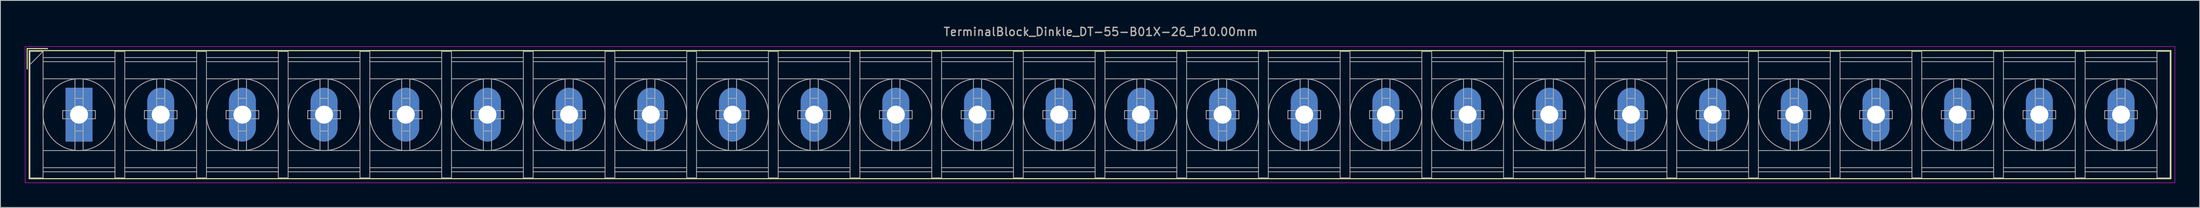
<source format=kicad_pcb>
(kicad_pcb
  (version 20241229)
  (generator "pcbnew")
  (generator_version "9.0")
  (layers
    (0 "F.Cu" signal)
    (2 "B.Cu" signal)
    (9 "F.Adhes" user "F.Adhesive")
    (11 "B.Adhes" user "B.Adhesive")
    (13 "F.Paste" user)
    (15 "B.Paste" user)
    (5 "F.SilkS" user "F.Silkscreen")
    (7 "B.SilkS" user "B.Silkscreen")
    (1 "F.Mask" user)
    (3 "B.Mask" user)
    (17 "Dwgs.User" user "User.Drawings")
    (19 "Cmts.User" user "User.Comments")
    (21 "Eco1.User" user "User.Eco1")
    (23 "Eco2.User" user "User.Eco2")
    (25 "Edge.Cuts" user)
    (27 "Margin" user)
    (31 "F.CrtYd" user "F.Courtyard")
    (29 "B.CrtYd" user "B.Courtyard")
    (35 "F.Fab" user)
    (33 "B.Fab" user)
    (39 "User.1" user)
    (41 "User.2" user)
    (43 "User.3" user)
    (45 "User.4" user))
  (footprint "TerminalBlock_Dinkle_DT-55-B01X-26_P10.00mm"
    (layer "F.Cu")
    (at 6.625 11.008)
    (property "Reference" "TerminalBlock_Dinkle_DT-55-B01X-26_P10.00mm" (at 125.08 -10.16 0) (layer "F.SilkS") (effects (font (size 1 1) (thickness 0.15))))
    (attr through_hole)
    (fp_line (start -6.35 -8.1) (end -3.85 -8.1) (stroke (width 0.12) (type solid)) (layer "F.SilkS"))
    (fp_line (start -6.35 -5.6) (end -6.35 -8.1) (stroke (width 0.12) (type solid)) (layer "F.SilkS"))
    (fp_line (start -6.1 -7.85) (end 256.1 -7.85) (stroke (width 0.12) (type solid)) (layer "F.SilkS"))
    (fp_line (start -6.1 7.85) (end -6.1 -7.85) (stroke (width 0.12) (type solid)) (layer "F.SilkS"))
    (fp_line (start -6.1 7.85) (end 256.1 7.85) (stroke (width 0.12) (type solid)) (layer "F.SilkS"))
    (fp_line (start 256.1 -7.85) (end 256.1 7.85) (stroke (width 0.12) (type solid)) (layer "F.SilkS"))
    (fp_line (start -6.6 -8.35) (end 256.6 -8.35) (stroke (width 0.05) (type solid)) (layer "F.CrtYd"))
    (fp_line (start -6.6 8.35) (end -6.6 -8.35) (stroke (width 0.05) (type solid)) (layer "F.CrtYd"))
    (fp_line (start -6.6 8.35) (end 256.6 8.35) (stroke (width 0.05) (type solid)) (layer "F.CrtYd"))
    (fp_line (start 256.6 -8.35) (end 256.6 8.35) (stroke (width 0.05) (type solid)) (layer "F.CrtYd"))
    (fp_line (start -6 -7.75) (end -6 7.75) (stroke (width 0.1) (type solid)) (layer "F.Fab"))
    (fp_line (start -6 -7.75) (end -4.4 -7.75) (stroke (width 0.1) (type solid)) (layer "F.Fab"))
    (fp_line (start -6 7.75) (end -4.4 7.75) (stroke (width 0.1) (type solid)) (layer "F.Fab"))
    (fp_line (start -4.4 -7.75) (end -6 -6.15) (stroke (width 0.1) (type solid)) (layer "F.Fab"))
    (fp_line (start -4.4 -7.75) (end -4.4 7.75) (stroke (width 0.1) (type solid)) (layer "F.Fab"))
    (fp_line (start -4.4 -7) (end 4.4 -7) (stroke (width 0.1) (type solid)) (layer "F.Fab"))
    (fp_line (start -4.4 -6.5) (end 4.4 -6.5) (stroke (width 0.1) (type solid)) (layer "F.Fab"))
    (fp_line (start -4.4 -4.4) (end 4.4 -4.4) (stroke (width 0.1) (type solid)) (layer "F.Fab"))
    (fp_line (start -4.4 4.4) (end 4.4 4.4) (stroke (width 0.1) (type solid)) (layer "F.Fab"))
    (fp_line (start -4.4 6.5) (end 4.4 6.5) (stroke (width 0.1) (type solid)) (layer "F.Fab"))
    (fp_line (start -4.4 7) (end 4.4 7) (stroke (width 0.1) (type solid)) (layer "F.Fab"))
    (fp_line (start -2 -0.5) (end -2 0.5) (stroke (width 0.1) (type solid)) (layer "F.Fab"))
    (fp_line (start -2 0.5) (end -0.5 0.5) (stroke (width 0.1) (type solid)) (layer "F.Fab"))
    (fp_line (start -0.5 -4.35) (end -0.5 -0.5) (stroke (width 0.1) (type solid)) (layer "F.Fab"))
    (fp_line (start -0.5 -2) (end 0.5 -2) (stroke (width 0.1) (type solid)) (layer "F.Fab"))
    (fp_line (start -0.5 -0.5) (end -2 -0.5) (stroke (width 0.1) (type solid)) (layer "F.Fab"))
    (fp_line (start -0.5 0.5) (end -0.5 4.35) (stroke (width 0.1) (type solid)) (layer "F.Fab"))
    (fp_line (start -0.5 2) (end 0.5 2) (stroke (width 0.1) (type solid)) (layer "F.Fab"))
    (fp_line (start 0.5 -4.35) (end 0.5 -0.5) (stroke (width 0.1) (type solid)) (layer "F.Fab"))
    (fp_line (start 0.5 -0.5) (end 2 -0.5) (stroke (width 0.1) (type solid)) (layer "F.Fab"))
    (fp_line (start 0.5 0.5) (end 0.5 4.35) (stroke (width 0.1) (type solid)) (layer "F.Fab"))
    (fp_line (start 2 -0.5) (end 2 0.5) (stroke (width 0.1) (type solid)) (layer "F.Fab"))
    (fp_line (start 2 0.5) (end 0.5 0.5) (stroke (width 0.1) (type solid)) (layer "F.Fab"))
    (fp_line (start 4.4 -7.75) (end 4.4 7.75) (stroke (width 0.1) (type solid)) (layer "F.Fab"))
    (fp_line (start 4.4 -7.75) (end 5.6 -7.75) (stroke (width 0.1) (type solid)) (layer "F.Fab"))
    (fp_line (start 4.4 7.75) (end 5.6 7.75) (stroke (width 0.1) (type solid)) (layer "F.Fab"))
    (fp_line (start 5.6 -7.75) (end 5.6 7.75) (stroke (width 0.1) (type solid)) (layer "F.Fab"))
    (fp_line (start 5.6 -7) (end 14.4 -7) (stroke (width 0.1) (type solid)) (layer "F.Fab"))
    (fp_line (start 5.6 -6.5) (end 14.4 -6.5) (stroke (width 0.1) (type solid)) (layer "F.Fab"))
    (fp_line (start 5.6 -4.4) (end 14.4 -4.4) (stroke (width 0.1) (type solid)) (layer "F.Fab"))
    (fp_line (start 5.6 4.4) (end 14.4 4.4) (stroke (width 0.1) (type solid)) (layer "F.Fab"))
    (fp_line (start 5.6 6.5) (end 14.4 6.5) (stroke (width 0.1) (type solid)) (layer "F.Fab"))
    (fp_line (start 5.6 7) (end 14.4 7) (stroke (width 0.1) (type solid)) (layer "F.Fab"))
    (fp_line (start 8 -0.5) (end 8 0.5) (stroke (width 0.1) (type solid)) (layer "F.Fab"))
    (fp_line (start 8 0.5) (end 9.5 0.5) (stroke (width 0.1) (type solid)) (layer "F.Fab"))
    (fp_line (start 9.5 -4.35) (end 9.5 -0.5) (stroke (width 0.1) (type solid)) (layer "F.Fab"))
    (fp_line (start 9.5 -2) (end 10.5 -2) (stroke (width 0.1) (type solid)) (layer "F.Fab"))
    (fp_line (start 9.5 -0.5) (end 8 -0.5) (stroke (width 0.1) (type solid)) (layer "F.Fab"))
    (fp_line (start 9.5 0.5) (end 9.5 4.35) (stroke (width 0.1) (type solid)) (layer "F.Fab"))
    (fp_line (start 9.5 2) (end 10.5 2) (stroke (width 0.1) (type solid)) (layer "F.Fab"))
    (fp_line (start 10.5 -4.35) (end 10.5 -0.5) (stroke (width 0.1) (type solid)) (layer "F.Fab"))
    (fp_line (start 10.5 -0.5) (end 12 -0.5) (stroke (width 0.1) (type solid)) (layer "F.Fab"))
    (fp_line (start 10.5 0.5) (end 10.5 4.35) (stroke (width 0.1) (type solid)) (layer "F.Fab"))
    (fp_line (start 12 -0.5) (end 12 0.5) (stroke (width 0.1) (type solid)) (layer "F.Fab"))
    (fp_line (start 12 0.5) (end 10.5 0.5) (stroke (width 0.1) (type solid)) (layer "F.Fab"))
    (fp_line (start 14.4 -7.75) (end 14.4 7.75) (stroke (width 0.1) (type solid)) (layer "F.Fab"))
    (fp_line (start 14.4 -7.75) (end 15.6 -7.75) (stroke (width 0.1) (type solid)) (layer "F.Fab"))
    (fp_line (start 14.4 7.75) (end 15.6 7.75) (stroke (width 0.1) (type solid)) (layer "F.Fab"))
    (fp_line (start 15.6 -7.75) (end 15.6 7.75) (stroke (width 0.1) (type solid)) (layer "F.Fab"))
    (fp_line (start 15.6 -7) (end 24.4 -7) (stroke (width 0.1) (type solid)) (layer "F.Fab"))
    (fp_line (start 15.6 -6.5) (end 24.4 -6.5) (stroke (width 0.1) (type solid)) (layer "F.Fab"))
    (fp_line (start 15.6 -4.4) (end 24.4 -4.4) (stroke (width 0.1) (type solid)) (layer "F.Fab"))
    (fp_line (start 15.6 4.4) (end 24.4 4.4) (stroke (width 0.1) (type solid)) (layer "F.Fab"))
    (fp_line (start 15.6 6.5) (end 24.4 6.5) (stroke (width 0.1) (type solid)) (layer "F.Fab"))
    (fp_line (start 15.6 7) (end 24.4 7) (stroke (width 0.1) (type solid)) (layer "F.Fab"))
    (fp_line (start 18 -0.5) (end 18 0.5) (stroke (width 0.1) (type solid)) (layer "F.Fab"))
    (fp_line (start 18 0.5) (end 19.5 0.5) (stroke (width 0.1) (type solid)) (layer "F.Fab"))
    (fp_line (start 19.5 -4.35) (end 19.5 -0.5) (stroke (width 0.1) (type solid)) (layer "F.Fab"))
    (fp_line (start 19.5 -2) (end 20.5 -2) (stroke (width 0.1) (type solid)) (layer "F.Fab"))
    (fp_line (start 19.5 -0.5) (end 18 -0.5) (stroke (width 0.1) (type solid)) (layer "F.Fab"))
    (fp_line (start 19.5 0.5) (end 19.5 4.35) (stroke (width 0.1) (type solid)) (layer "F.Fab"))
    (fp_line (start 19.5 2) (end 20.5 2) (stroke (width 0.1) (type solid)) (layer "F.Fab"))
    (fp_line (start 20.5 -4.35) (end 20.5 -0.5) (stroke (width 0.1) (type solid)) (layer "F.Fab"))
    (fp_line (start 20.5 -0.5) (end 22 -0.5) (stroke (width 0.1) (type solid)) (layer "F.Fab"))
    (fp_line (start 20.5 0.5) (end 20.5 4.35) (stroke (width 0.1) (type solid)) (layer "F.Fab"))
    (fp_line (start 22 -0.5) (end 22 0.5) (stroke (width 0.1) (type solid)) (layer "F.Fab"))
    (fp_line (start 22 0.5) (end 20.5 0.5) (stroke (width 0.1) (type solid)) (layer "F.Fab"))
    (fp_line (start 24.4 -7.75) (end 24.4 7.75) (stroke (width 0.1) (type solid)) (layer "F.Fab"))
    (fp_line (start 24.4 -7.75) (end 25.6 -7.75) (stroke (width 0.1) (type solid)) (layer "F.Fab"))
    (fp_line (start 24.4 7.75) (end 25.6 7.75) (stroke (width 0.1) (type solid)) (layer "F.Fab"))
    (fp_line (start 25.6 -7.75) (end 25.6 7.75) (stroke (width 0.1) (type solid)) (layer "F.Fab"))
    (fp_line (start 25.6 -7) (end 34.4 -7) (stroke (width 0.1) (type solid)) (layer "F.Fab"))
    (fp_line (start 25.6 -6.5) (end 34.4 -6.5) (stroke (width 0.1) (type solid)) (layer "F.Fab"))
    (fp_line (start 25.6 -4.4) (end 34.4 -4.4) (stroke (width 0.1) (type solid)) (layer "F.Fab"))
    (fp_line (start 25.6 4.4) (end 34.4 4.4) (stroke (width 0.1) (type solid)) (layer "F.Fab"))
    (fp_line (start 25.6 6.5) (end 34.4 6.5) (stroke (width 0.1) (type solid)) (layer "F.Fab"))
    (fp_line (start 25.6 7) (end 34.4 7) (stroke (width 0.1) (type solid)) (layer "F.Fab"))
    (fp_line (start 28 -0.5) (end 28 0.5) (stroke (width 0.1) (type solid)) (layer "F.Fab"))
    (fp_line (start 28 0.5) (end 29.5 0.5) (stroke (width 0.1) (type solid)) (layer "F.Fab"))
    (fp_line (start 29.5 -4.35) (end 29.5 -0.5) (stroke (width 0.1) (type solid)) (layer "F.Fab"))
    (fp_line (start 29.5 -2) (end 30.5 -2) (stroke (width 0.1) (type solid)) (layer "F.Fab"))
    (fp_line (start 29.5 -0.5) (end 28 -0.5) (stroke (width 0.1) (type solid)) (layer "F.Fab"))
    (fp_line (start 29.5 0.5) (end 29.5 4.35) (stroke (width 0.1) (type solid)) (layer "F.Fab"))
    (fp_line (start 29.5 2) (end 30.5 2) (stroke (width 0.1) (type solid)) (layer "F.Fab"))
    (fp_line (start 30.5 -4.35) (end 30.5 -0.5) (stroke (width 0.1) (type solid)) (layer "F.Fab"))
    (fp_line (start 30.5 -0.5) (end 32 -0.5) (stroke (width 0.1) (type solid)) (layer "F.Fab"))
    (fp_line (start 30.5 0.5) (end 30.5 4.35) (stroke (width 0.1) (type solid)) (layer "F.Fab"))
    (fp_line (start 32 -0.5) (end 32 0.5) (stroke (width 0.1) (type solid)) (layer "F.Fab"))
    (fp_line (start 32 0.5) (end 30.5 0.5) (stroke (width 0.1) (type solid)) (layer "F.Fab"))
    (fp_line (start 34.4 -7.75) (end 34.4 7.75) (stroke (width 0.1) (type solid)) (layer "F.Fab"))
    (fp_line (start 34.4 -7.75) (end 35.6 -7.75) (stroke (width 0.1) (type solid)) (layer "F.Fab"))
    (fp_line (start 34.4 7.75) (end 35.6 7.75) (stroke (width 0.1) (type solid)) (layer "F.Fab"))
    (fp_line (start 35.6 -7.75) (end 35.6 7.75) (stroke (width 0.1) (type solid)) (layer "F.Fab"))
    (fp_line (start 35.6 -7) (end 44.4 -7) (stroke (width 0.1) (type solid)) (layer "F.Fab"))
    (fp_line (start 35.6 -6.5) (end 44.4 -6.5) (stroke (width 0.1) (type solid)) (layer "F.Fab"))
    (fp_line (start 35.6 -4.4) (end 44.4 -4.4) (stroke (width 0.1) (type solid)) (layer "F.Fab"))
    (fp_line (start 35.6 4.4) (end 44.4 4.4) (stroke (width 0.1) (type solid)) (layer "F.Fab"))
    (fp_line (start 35.6 6.5) (end 44.4 6.5) (stroke (width 0.1) (type solid)) (layer "F.Fab"))
    (fp_line (start 35.6 7) (end 44.4 7) (stroke (width 0.1) (type solid)) (layer "F.Fab"))
    (fp_line (start 38 -0.5) (end 38 0.5) (stroke (width 0.1) (type solid)) (layer "F.Fab"))
    (fp_line (start 38 0.5) (end 39.5 0.5) (stroke (width 0.1) (type solid)) (layer "F.Fab"))
    (fp_line (start 39.5 -4.35) (end 39.5 -0.5) (stroke (width 0.1) (type solid)) (layer "F.Fab"))
    (fp_line (start 39.5 -2) (end 40.5 -2) (stroke (width 0.1) (type solid)) (layer "F.Fab"))
    (fp_line (start 39.5 -0.5) (end 38 -0.5) (stroke (width 0.1) (type solid)) (layer "F.Fab"))
    (fp_line (start 39.5 0.5) (end 39.5 4.35) (stroke (width 0.1) (type solid)) (layer "F.Fab"))
    (fp_line (start 39.5 2) (end 40.5 2) (stroke (width 0.1) (type solid)) (layer "F.Fab"))
    (fp_line (start 40.5 -4.35) (end 40.5 -0.5) (stroke (width 0.1) (type solid)) (layer "F.Fab"))
    (fp_line (start 40.5 -0.5) (end 42 -0.5) (stroke (width 0.1) (type solid)) (layer "F.Fab"))
    (fp_line (start 40.5 0.5) (end 40.5 4.35) (stroke (width 0.1) (type solid)) (layer "F.Fab"))
    (fp_line (start 42 -0.5) (end 42 0.5) (stroke (width 0.1) (type solid)) (layer "F.Fab"))
    (fp_line (start 42 0.5) (end 40.5 0.5) (stroke (width 0.1) (type solid)) (layer "F.Fab"))
    (fp_line (start 44.4 -7.75) (end 44.4 7.75) (stroke (width 0.1) (type solid)) (layer "F.Fab"))
    (fp_line (start 44.4 -7.75) (end 45.6 -7.75) (stroke (width 0.1) (type solid)) (layer "F.Fab"))
    (fp_line (start 44.4 7.75) (end 45.6 7.75) (stroke (width 0.1) (type solid)) (layer "F.Fab"))
    (fp_line (start 45.6 -7.75) (end 45.6 7.75) (stroke (width 0.1) (type solid)) (layer "F.Fab"))
    (fp_line (start 45.6 -7) (end 54.4 -7) (stroke (width 0.1) (type solid)) (layer "F.Fab"))
    (fp_line (start 45.6 -6.5) (end 54.4 -6.5) (stroke (width 0.1) (type solid)) (layer "F.Fab"))
    (fp_line (start 45.6 -4.4) (end 54.4 -4.4) (stroke (width 0.1) (type solid)) (layer "F.Fab"))
    (fp_line (start 45.6 4.4) (end 54.4 4.4) (stroke (width 0.1) (type solid)) (layer "F.Fab"))
    (fp_line (start 45.6 6.5) (end 54.4 6.5) (stroke (width 0.1) (type solid)) (layer "F.Fab"))
    (fp_line (start 45.6 7) (end 54.4 7) (stroke (width 0.1) (type solid)) (layer "F.Fab"))
    (fp_line (start 48 -0.5) (end 48 0.5) (stroke (width 0.1) (type solid)) (layer "F.Fab"))
    (fp_line (start 48 0.5) (end 49.5 0.5) (stroke (width 0.1) (type solid)) (layer "F.Fab"))
    (fp_line (start 49.5 -4.35) (end 49.5 -0.5) (stroke (width 0.1) (type solid)) (layer "F.Fab"))
    (fp_line (start 49.5 -2) (end 50.5 -2) (stroke (width 0.1) (type solid)) (layer "F.Fab"))
    (fp_line (start 49.5 -0.5) (end 48 -0.5) (stroke (width 0.1) (type solid)) (layer "F.Fab"))
    (fp_line (start 49.5 0.5) (end 49.5 4.35) (stroke (width 0.1) (type solid)) (layer "F.Fab"))
    (fp_line (start 49.5 2) (end 50.5 2) (stroke (width 0.1) (type solid)) (layer "F.Fab"))
    (fp_line (start 50.5 -4.35) (end 50.5 -0.5) (stroke (width 0.1) (type solid)) (layer "F.Fab"))
    (fp_line (start 50.5 -0.5) (end 52 -0.5) (stroke (width 0.1) (type solid)) (layer "F.Fab"))
    (fp_line (start 50.5 0.5) (end 50.5 4.35) (stroke (width 0.1) (type solid)) (layer "F.Fab"))
    (fp_line (start 52 -0.5) (end 52 0.5) (stroke (width 0.1) (type solid)) (layer "F.Fab"))
    (fp_line (start 52 0.5) (end 50.5 0.5) (stroke (width 0.1) (type solid)) (layer "F.Fab"))
    (fp_line (start 54.4 -7.75) (end 54.4 7.75) (stroke (width 0.1) (type solid)) (layer "F.Fab"))
    (fp_line (start 54.4 -7.75) (end 55.6 -7.75) (stroke (width 0.1) (type solid)) (layer "F.Fab"))
    (fp_line (start 54.4 7.75) (end 55.6 7.75) (stroke (width 0.1) (type solid)) (layer "F.Fab"))
    (fp_line (start 55.6 -7.75) (end 55.6 7.75) (stroke (width 0.1) (type solid)) (layer "F.Fab"))
    (fp_line (start 55.6 -7) (end 64.4 -7) (stroke (width 0.1) (type solid)) (layer "F.Fab"))
    (fp_line (start 55.6 -6.5) (end 64.4 -6.5) (stroke (width 0.1) (type solid)) (layer "F.Fab"))
    (fp_line (start 55.6 -4.4) (end 64.4 -4.4) (stroke (width 0.1) (type solid)) (layer "F.Fab"))
    (fp_line (start 55.6 4.4) (end 64.4 4.4) (stroke (width 0.1) (type solid)) (layer "F.Fab"))
    (fp_line (start 55.6 6.5) (end 64.4 6.5) (stroke (width 0.1) (type solid)) (layer "F.Fab"))
    (fp_line (start 55.6 7) (end 64.4 7) (stroke (width 0.1) (type solid)) (layer "F.Fab"))
    (fp_line (start 58 -0.5) (end 58 0.5) (stroke (width 0.1) (type solid)) (layer "F.Fab"))
    (fp_line (start 58 0.5) (end 59.5 0.5) (stroke (width 0.1) (type solid)) (layer "F.Fab"))
    (fp_line (start 59.5 -4.35) (end 59.5 -0.5) (stroke (width 0.1) (type solid)) (layer "F.Fab"))
    (fp_line (start 59.5 -2) (end 60.5 -2) (stroke (width 0.1) (type solid)) (layer "F.Fab"))
    (fp_line (start 59.5 -0.5) (end 58 -0.5) (stroke (width 0.1) (type solid)) (layer "F.Fab"))
    (fp_line (start 59.5 0.5) (end 59.5 4.35) (stroke (width 0.1) (type solid)) (layer "F.Fab"))
    (fp_line (start 59.5 2) (end 60.5 2) (stroke (width 0.1) (type solid)) (layer "F.Fab"))
    (fp_line (start 60.5 -4.35) (end 60.5 -0.5) (stroke (width 0.1) (type solid)) (layer "F.Fab"))
    (fp_line (start 60.5 -0.5) (end 62 -0.5) (stroke (width 0.1) (type solid)) (layer "F.Fab"))
    (fp_line (start 60.5 0.5) (end 60.5 4.35) (stroke (width 0.1) (type solid)) (layer "F.Fab"))
    (fp_line (start 62 -0.5) (end 62 0.5) (stroke (width 0.1) (type solid)) (layer "F.Fab"))
    (fp_line (start 62 0.5) (end 60.5 0.5) (stroke (width 0.1) (type solid)) (layer "F.Fab"))
    (fp_line (start 64.4 -7.75) (end 64.4 7.75) (stroke (width 0.1) (type solid)) (layer "F.Fab"))
    (fp_line (start 64.4 -7.75) (end 65.6 -7.75) (stroke (width 0.1) (type solid)) (layer "F.Fab"))
    (fp_line (start 64.4 7.75) (end 65.6 7.75) (stroke (width 0.1) (type solid)) (layer "F.Fab"))
    (fp_line (start 65.6 -7.75) (end 65.6 7.75) (stroke (width 0.1) (type solid)) (layer "F.Fab"))
    (fp_line (start 65.6 -7) (end 74.4 -7) (stroke (width 0.1) (type solid)) (layer "F.Fab"))
    (fp_line (start 65.6 -6.5) (end 74.4 -6.5) (stroke (width 0.1) (type solid)) (layer "F.Fab"))
    (fp_line (start 65.6 -4.4) (end 74.4 -4.4) (stroke (width 0.1) (type solid)) (layer "F.Fab"))
    (fp_line (start 65.6 4.4) (end 74.4 4.4) (stroke (width 0.1) (type solid)) (layer "F.Fab"))
    (fp_line (start 65.6 6.5) (end 74.4 6.5) (stroke (width 0.1) (type solid)) (layer "F.Fab"))
    (fp_line (start 65.6 7) (end 74.4 7) (stroke (width 0.1) (type solid)) (layer "F.Fab"))
    (fp_line (start 68 -0.5) (end 68 0.5) (stroke (width 0.1) (type solid)) (layer "F.Fab"))
    (fp_line (start 68 0.5) (end 69.5 0.5) (stroke (width 0.1) (type solid)) (layer "F.Fab"))
    (fp_line (start 69.5 -4.35) (end 69.5 -0.5) (stroke (width 0.1) (type solid)) (layer "F.Fab"))
    (fp_line (start 69.5 -2) (end 70.5 -2) (stroke (width 0.1) (type solid)) (layer "F.Fab"))
    (fp_line (start 69.5 -0.5) (end 68 -0.5) (stroke (width 0.1) (type solid)) (layer "F.Fab"))
    (fp_line (start 69.5 0.5) (end 69.5 4.35) (stroke (width 0.1) (type solid)) (layer "F.Fab"))
    (fp_line (start 69.5 2) (end 70.5 2) (stroke (width 0.1) (type solid)) (layer "F.Fab"))
    (fp_line (start 70.5 -4.35) (end 70.5 -0.5) (stroke (width 0.1) (type solid)) (layer "F.Fab"))
    (fp_line (start 70.5 -0.5) (end 72 -0.5) (stroke (width 0.1) (type solid)) (layer "F.Fab"))
    (fp_line (start 70.5 0.5) (end 70.5 4.35) (stroke (width 0.1) (type solid)) (layer "F.Fab"))
    (fp_line (start 72 -0.5) (end 72 0.5) (stroke (width 0.1) (type solid)) (layer "F.Fab"))
    (fp_line (start 72 0.5) (end 70.5 0.5) (stroke (width 0.1) (type solid)) (layer "F.Fab"))
    (fp_line (start 74.4 -7.75) (end 74.4 7.75) (stroke (width 0.1) (type solid)) (layer "F.Fab"))
    (fp_line (start 74.4 -7.75) (end 75.6 -7.75) (stroke (width 0.1) (type solid)) (layer "F.Fab"))
    (fp_line (start 74.4 7.75) (end 75.6 7.75) (stroke (width 0.1) (type solid)) (layer "F.Fab"))
    (fp_line (start 75.6 -7.75) (end 75.6 7.75) (stroke (width 0.1) (type solid)) (layer "F.Fab"))
    (fp_line (start 75.6 -7) (end 84.4 -7) (stroke (width 0.1) (type solid)) (layer "F.Fab"))
    (fp_line (start 75.6 -6.5) (end 84.4 -6.5) (stroke (width 0.1) (type solid)) (layer "F.Fab"))
    (fp_line (start 75.6 -4.4) (end 84.4 -4.4) (stroke (width 0.1) (type solid)) (layer "F.Fab"))
    (fp_line (start 75.6 4.4) (end 84.4 4.4) (stroke (width 0.1) (type solid)) (layer "F.Fab"))
    (fp_line (start 75.6 6.5) (end 84.4 6.5) (stroke (width 0.1) (type solid)) (layer "F.Fab"))
    (fp_line (start 75.6 7) (end 84.4 7) (stroke (width 0.1) (type solid)) (layer "F.Fab"))
    (fp_line (start 78 -0.5) (end 78 0.5) (stroke (width 0.1) (type solid)) (layer "F.Fab"))
    (fp_line (start 78 0.5) (end 79.5 0.5) (stroke (width 0.1) (type solid)) (layer "F.Fab"))
    (fp_line (start 79.5 -4.35) (end 79.5 -0.5) (stroke (width 0.1) (type solid)) (layer "F.Fab"))
    (fp_line (start 79.5 -2) (end 80.5 -2) (stroke (width 0.1) (type solid)) (layer "F.Fab"))
    (fp_line (start 79.5 -0.5) (end 78 -0.5) (stroke (width 0.1) (type solid)) (layer "F.Fab"))
    (fp_line (start 79.5 0.5) (end 79.5 4.35) (stroke (width 0.1) (type solid)) (layer "F.Fab"))
    (fp_line (start 79.5 2) (end 80.5 2) (stroke (width 0.1) (type solid)) (layer "F.Fab"))
    (fp_line (start 80.5 -4.35) (end 80.5 -0.5) (stroke (width 0.1) (type solid)) (layer "F.Fab"))
    (fp_line (start 80.5 -0.5) (end 82 -0.5) (stroke (width 0.1) (type solid)) (layer "F.Fab"))
    (fp_line (start 80.5 0.5) (end 80.5 4.35) (stroke (width 0.1) (type solid)) (layer "F.Fab"))
    (fp_line (start 82 -0.5) (end 82 0.5) (stroke (width 0.1) (type solid)) (layer "F.Fab"))
    (fp_line (start 82 0.5) (end 80.5 0.5) (stroke (width 0.1) (type solid)) (layer "F.Fab"))
    (fp_line (start 84.4 -7.75) (end 84.4 7.75) (stroke (width 0.1) (type solid)) (layer "F.Fab"))
    (fp_line (start 84.4 -7.75) (end 85.6 -7.75) (stroke (width 0.1) (type solid)) (layer "F.Fab"))
    (fp_line (start 84.4 7.75) (end 85.6 7.75) (stroke (width 0.1) (type solid)) (layer "F.Fab"))
    (fp_line (start 85.6 -7.75) (end 85.6 7.75) (stroke (width 0.1) (type solid)) (layer "F.Fab"))
    (fp_line (start 85.6 -7) (end 94.4 -7) (stroke (width 0.1) (type solid)) (layer "F.Fab"))
    (fp_line (start 85.6 -6.5) (end 94.4 -6.5) (stroke (width 0.1) (type solid)) (layer "F.Fab"))
    (fp_line (start 85.6 -4.4) (end 94.4 -4.4) (stroke (width 0.1) (type solid)) (layer "F.Fab"))
    (fp_line (start 85.6 4.4) (end 94.4 4.4) (stroke (width 0.1) (type solid)) (layer "F.Fab"))
    (fp_line (start 85.6 6.5) (end 94.4 6.5) (stroke (width 0.1) (type solid)) (layer "F.Fab"))
    (fp_line (start 85.6 7) (end 94.4 7) (stroke (width 0.1) (type solid)) (layer "F.Fab"))
    (fp_line (start 88 -0.5) (end 88 0.5) (stroke (width 0.1) (type solid)) (layer "F.Fab"))
    (fp_line (start 88 0.5) (end 89.5 0.5) (stroke (width 0.1) (type solid)) (layer "F.Fab"))
    (fp_line (start 89.5 -4.35) (end 89.5 -0.5) (stroke (width 0.1) (type solid)) (layer "F.Fab"))
    (fp_line (start 89.5 -2) (end 90.5 -2) (stroke (width 0.1) (type solid)) (layer "F.Fab"))
    (fp_line (start 89.5 -0.5) (end 88 -0.5) (stroke (width 0.1) (type solid)) (layer "F.Fab"))
    (fp_line (start 89.5 0.5) (end 89.5 4.35) (stroke (width 0.1) (type solid)) (layer "F.Fab"))
    (fp_line (start 89.5 2) (end 90.5 2) (stroke (width 0.1) (type solid)) (layer "F.Fab"))
    (fp_line (start 90.5 -4.35) (end 90.5 -0.5) (stroke (width 0.1) (type solid)) (layer "F.Fab"))
    (fp_line (start 90.5 -0.5) (end 92 -0.5) (stroke (width 0.1) (type solid)) (layer "F.Fab"))
    (fp_line (start 90.5 0.5) (end 90.5 4.35) (stroke (width 0.1) (type solid)) (layer "F.Fab"))
    (fp_line (start 92 -0.5) (end 92 0.5) (stroke (width 0.1) (type solid)) (layer "F.Fab"))
    (fp_line (start 92 0.5) (end 90.5 0.5) (stroke (width 0.1) (type solid)) (layer "F.Fab"))
    (fp_line (start 94.4 -7.75) (end 94.4 7.75) (stroke (width 0.1) (type solid)) (layer "F.Fab"))
    (fp_line (start 94.4 -7.75) (end 95.6 -7.75) (stroke (width 0.1) (type solid)) (layer "F.Fab"))
    (fp_line (start 94.4 7.75) (end 95.6 7.75) (stroke (width 0.1) (type solid)) (layer "F.Fab"))
    (fp_line (start 95.6 -7.75) (end 95.6 7.75) (stroke (width 0.1) (type solid)) (layer "F.Fab"))
    (fp_line (start 95.6 -7) (end 104.4 -7) (stroke (width 0.1) (type solid)) (layer "F.Fab"))
    (fp_line (start 95.6 -6.5) (end 104.4 -6.5) (stroke (width 0.1) (type solid)) (layer "F.Fab"))
    (fp_line (start 95.6 -4.4) (end 104.4 -4.4) (stroke (width 0.1) (type solid)) (layer "F.Fab"))
    (fp_line (start 95.6 4.4) (end 104.4 4.4) (stroke (width 0.1) (type solid)) (layer "F.Fab"))
    (fp_line (start 95.6 6.5) (end 104.4 6.5) (stroke (width 0.1) (type solid)) (layer "F.Fab"))
    (fp_line (start 95.6 7) (end 104.4 7) (stroke (width 0.1) (type solid)) (layer "F.Fab"))
    (fp_line (start 98 -0.5) (end 98 0.5) (stroke (width 0.1) (type solid)) (layer "F.Fab"))
    (fp_line (start 98 0.5) (end 99.5 0.5) (stroke (width 0.1) (type solid)) (layer "F.Fab"))
    (fp_line (start 99.5 -4.35) (end 99.5 -0.5) (stroke (width 0.1) (type solid)) (layer "F.Fab"))
    (fp_line (start 99.5 -2) (end 100.5 -2) (stroke (width 0.1) (type solid)) (layer "F.Fab"))
    (fp_line (start 99.5 -0.5) (end 98 -0.5) (stroke (width 0.1) (type solid)) (layer "F.Fab"))
    (fp_line (start 99.5 0.5) (end 99.5 4.35) (stroke (width 0.1) (type solid)) (layer "F.Fab"))
    (fp_line (start 99.5 2) (end 100.5 2) (stroke (width 0.1) (type solid)) (layer "F.Fab"))
    (fp_line (start 100.5 -4.35) (end 100.5 -0.5) (stroke (width 0.1) (type solid)) (layer "F.Fab"))
    (fp_line (start 100.5 -0.5) (end 102 -0.5) (stroke (width 0.1) (type solid)) (layer "F.Fab"))
    (fp_line (start 100.5 0.5) (end 100.5 4.35) (stroke (width 0.1) (type solid)) (layer "F.Fab"))
    (fp_line (start 102 -0.5) (end 102 0.5) (stroke (width 0.1) (type solid)) (layer "F.Fab"))
    (fp_line (start 102 0.5) (end 100.5 0.5) (stroke (width 0.1) (type solid)) (layer "F.Fab"))
    (fp_line (start 104.4 -7.75) (end 104.4 7.75) (stroke (width 0.1) (type solid)) (layer "F.Fab"))
    (fp_line (start 104.4 -7.75) (end 105.6 -7.75) (stroke (width 0.1) (type solid)) (layer "F.Fab"))
    (fp_line (start 104.4 7.75) (end 105.6 7.75) (stroke (width 0.1) (type solid)) (layer "F.Fab"))
    (fp_line (start 105.6 -7.75) (end 105.6 7.75) (stroke (width 0.1) (type solid)) (layer "F.Fab"))
    (fp_line (start 105.6 -7) (end 114.4 -7) (stroke (width 0.1) (type solid)) (layer "F.Fab"))
    (fp_line (start 105.6 -6.5) (end 114.4 -6.5) (stroke (width 0.1) (type solid)) (layer "F.Fab"))
    (fp_line (start 105.6 -4.4) (end 114.4 -4.4) (stroke (width 0.1) (type solid)) (layer "F.Fab"))
    (fp_line (start 105.6 4.4) (end 114.4 4.4) (stroke (width 0.1) (type solid)) (layer "F.Fab"))
    (fp_line (start 105.6 6.5) (end 114.4 6.5) (stroke (width 0.1) (type solid)) (layer "F.Fab"))
    (fp_line (start 105.6 7) (end 114.4 7) (stroke (width 0.1) (type solid)) (layer "F.Fab"))
    (fp_line (start 108 -0.5) (end 108 0.5) (stroke (width 0.1) (type solid)) (layer "F.Fab"))
    (fp_line (start 108 0.5) (end 109.5 0.5) (stroke (width 0.1) (type solid)) (layer "F.Fab"))
    (fp_line (start 109.5 -4.35) (end 109.5 -0.5) (stroke (width 0.1) (type solid)) (layer "F.Fab"))
    (fp_line (start 109.5 -2) (end 110.5 -2) (stroke (width 0.1) (type solid)) (layer "F.Fab"))
    (fp_line (start 109.5 -0.5) (end 108 -0.5) (stroke (width 0.1) (type solid)) (layer "F.Fab"))
    (fp_line (start 109.5 0.5) (end 109.5 4.35) (stroke (width 0.1) (type solid)) (layer "F.Fab"))
    (fp_line (start 109.5 2) (end 110.5 2) (stroke (width 0.1) (type solid)) (layer "F.Fab"))
    (fp_line (start 110.5 -4.35) (end 110.5 -0.5) (stroke (width 0.1) (type solid)) (layer "F.Fab"))
    (fp_line (start 110.5 -0.5) (end 112 -0.5) (stroke (width 0.1) (type solid)) (layer "F.Fab"))
    (fp_line (start 110.5 0.5) (end 110.5 4.35) (stroke (width 0.1) (type solid)) (layer "F.Fab"))
    (fp_line (start 112 -0.5) (end 112 0.5) (stroke (width 0.1) (type solid)) (layer "F.Fab"))
    (fp_line (start 112 0.5) (end 110.5 0.5) (stroke (width 0.1) (type solid)) (layer "F.Fab"))
    (fp_line (start 114.4 -7.75) (end 114.4 7.75) (stroke (width 0.1) (type solid)) (layer "F.Fab"))
    (fp_line (start 114.4 -7.75) (end 115.6 -7.75) (stroke (width 0.1) (type solid)) (layer "F.Fab"))
    (fp_line (start 114.4 7.75) (end 115.6 7.75) (stroke (width 0.1) (type solid)) (layer "F.Fab"))
    (fp_line (start 115.6 -7.75) (end 115.6 7.75) (stroke (width 0.1) (type solid)) (layer "F.Fab"))
    (fp_line (start 115.6 -7) (end 124.4 -7) (stroke (width 0.1) (type solid)) (layer "F.Fab"))
    (fp_line (start 115.6 -6.5) (end 124.4 -6.5) (stroke (width 0.1) (type solid)) (layer "F.Fab"))
    (fp_line (start 115.6 -4.4) (end 124.4 -4.4) (stroke (width 0.1) (type solid)) (layer "F.Fab"))
    (fp_line (start 115.6 4.4) (end 124.4 4.4) (stroke (width 0.1) (type solid)) (layer "F.Fab"))
    (fp_line (start 115.6 6.5) (end 124.4 6.5) (stroke (width 0.1) (type solid)) (layer "F.Fab"))
    (fp_line (start 115.6 7) (end 124.4 7) (stroke (width 0.1) (type solid)) (layer "F.Fab"))
    (fp_line (start 118 -0.5) (end 118 0.5) (stroke (width 0.1) (type solid)) (layer "F.Fab"))
    (fp_line (start 118 0.5) (end 119.5 0.5) (stroke (width 0.1) (type solid)) (layer "F.Fab"))
    (fp_line (start 119.5 -4.35) (end 119.5 -0.5) (stroke (width 0.1) (type solid)) (layer "F.Fab"))
    (fp_line (start 119.5 -2) (end 120.5 -2) (stroke (width 0.1) (type solid)) (layer "F.Fab"))
    (fp_line (start 119.5 -0.5) (end 118 -0.5) (stroke (width 0.1) (type solid)) (layer "F.Fab"))
    (fp_line (start 119.5 0.5) (end 119.5 4.35) (stroke (width 0.1) (type solid)) (layer "F.Fab"))
    (fp_line (start 119.5 2) (end 120.5 2) (stroke (width 0.1) (type solid)) (layer "F.Fab"))
    (fp_line (start 120.5 -4.35) (end 120.5 -0.5) (stroke (width 0.1) (type solid)) (layer "F.Fab"))
    (fp_line (start 120.5 -0.5) (end 122 -0.5) (stroke (width 0.1) (type solid)) (layer "F.Fab"))
    (fp_line (start 120.5 0.5) (end 120.5 4.35) (stroke (width 0.1) (type solid)) (layer "F.Fab"))
    (fp_line (start 122 -0.5) (end 122 0.5) (stroke (width 0.1) (type solid)) (layer "F.Fab"))
    (fp_line (start 122 0.5) (end 120.5 0.5) (stroke (width 0.1) (type solid)) (layer "F.Fab"))
    (fp_line (start 124.4 -7.75) (end 124.4 7.75) (stroke (width 0.1) (type solid)) (layer "F.Fab"))
    (fp_line (start 124.4 -7.75) (end 125.6 -7.75) (stroke (width 0.1) (type solid)) (layer "F.Fab"))
    (fp_line (start 124.4 7.75) (end 125.6 7.75) (stroke (width 0.1) (type solid)) (layer "F.Fab"))
    (fp_line (start 125.6 -7.75) (end 125.6 7.75) (stroke (width 0.1) (type solid)) (layer "F.Fab"))
    (fp_line (start 125.6 -7) (end 134.4 -7) (stroke (width 0.1) (type solid)) (layer "F.Fab"))
    (fp_line (start 125.6 -6.5) (end 134.4 -6.5) (stroke (width 0.1) (type solid)) (layer "F.Fab"))
    (fp_line (start 125.6 -4.4) (end 134.4 -4.4) (stroke (width 0.1) (type solid)) (layer "F.Fab"))
    (fp_line (start 125.6 4.4) (end 134.4 4.4) (stroke (width 0.1) (type solid)) (layer "F.Fab"))
    (fp_line (start 125.6 6.5) (end 134.4 6.5) (stroke (width 0.1) (type solid)) (layer "F.Fab"))
    (fp_line (start 125.6 7) (end 134.4 7) (stroke (width 0.1) (type solid)) (layer "F.Fab"))
    (fp_line (start 128 -0.5) (end 128 0.5) (stroke (width 0.1) (type solid)) (layer "F.Fab"))
    (fp_line (start 128 0.5) (end 129.5 0.5) (stroke (width 0.1) (type solid)) (layer "F.Fab"))
    (fp_line (start 129.5 -4.35) (end 129.5 -0.5) (stroke (width 0.1) (type solid)) (layer "F.Fab"))
    (fp_line (start 129.5 -2) (end 130.5 -2) (stroke (width 0.1) (type solid)) (layer "F.Fab"))
    (fp_line (start 129.5 -0.5) (end 128 -0.5) (stroke (width 0.1) (type solid)) (layer "F.Fab"))
    (fp_line (start 129.5 0.5) (end 129.5 4.35) (stroke (width 0.1) (type solid)) (layer "F.Fab"))
    (fp_line (start 129.5 2) (end 130.5 2) (stroke (width 0.1) (type solid)) (layer "F.Fab"))
    (fp_line (start 130.5 -4.35) (end 130.5 -0.5) (stroke (width 0.1) (type solid)) (layer "F.Fab"))
    (fp_line (start 130.5 -0.5) (end 132 -0.5) (stroke (width 0.1) (type solid)) (layer "F.Fab"))
    (fp_line (start 130.5 0.5) (end 130.5 4.35) (stroke (width 0.1) (type solid)) (layer "F.Fab"))
    (fp_line (start 132 -0.5) (end 132 0.5) (stroke (width 0.1) (type solid)) (layer "F.Fab"))
    (fp_line (start 132 0.5) (end 130.5 0.5) (stroke (width 0.1) (type solid)) (layer "F.Fab"))
    (fp_line (start 134.4 -7.75) (end 134.4 7.75) (stroke (width 0.1) (type solid)) (layer "F.Fab"))
    (fp_line (start 134.4 -7.75) (end 135.6 -7.75) (stroke (width 0.1) (type solid)) (layer "F.Fab"))
    (fp_line (start 134.4 7.75) (end 135.6 7.75) (stroke (width 0.1) (type solid)) (layer "F.Fab"))
    (fp_line (start 135.6 -7.75) (end 135.6 7.75) (stroke (width 0.1) (type solid)) (layer "F.Fab"))
    (fp_line (start 135.6 -7) (end 144.4 -7) (stroke (width 0.1) (type solid)) (layer "F.Fab"))
    (fp_line (start 135.6 -6.5) (end 144.4 -6.5) (stroke (width 0.1) (type solid)) (layer "F.Fab"))
    (fp_line (start 135.6 -4.4) (end 144.4 -4.4) (stroke (width 0.1) (type solid)) (layer "F.Fab"))
    (fp_line (start 135.6 4.4) (end 144.4 4.4) (stroke (width 0.1) (type solid)) (layer "F.Fab"))
    (fp_line (start 135.6 6.5) (end 144.4 6.5) (stroke (width 0.1) (type solid)) (layer "F.Fab"))
    (fp_line (start 135.6 7) (end 144.4 7) (stroke (width 0.1) (type solid)) (layer "F.Fab"))
    (fp_line (start 138 -0.5) (end 138 0.5) (stroke (width 0.1) (type solid)) (layer "F.Fab"))
    (fp_line (start 138 0.5) (end 139.5 0.5) (stroke (width 0.1) (type solid)) (layer "F.Fab"))
    (fp_line (start 139.5 -4.35) (end 139.5 -0.5) (stroke (width 0.1) (type solid)) (layer "F.Fab"))
    (fp_line (start 139.5 -2) (end 140.5 -2) (stroke (width 0.1) (type solid)) (layer "F.Fab"))
    (fp_line (start 139.5 -0.5) (end 138 -0.5) (stroke (width 0.1) (type solid)) (layer "F.Fab"))
    (fp_line (start 139.5 0.5) (end 139.5 4.35) (stroke (width 0.1) (type solid)) (layer "F.Fab"))
    (fp_line (start 139.5 2) (end 140.5 2) (stroke (width 0.1) (type solid)) (layer "F.Fab"))
    (fp_line (start 140.5 -4.35) (end 140.5 -0.5) (stroke (width 0.1) (type solid)) (layer "F.Fab"))
    (fp_line (start 140.5 -0.5) (end 142 -0.5) (stroke (width 0.1) (type solid)) (layer "F.Fab"))
    (fp_line (start 140.5 0.5) (end 140.5 4.35) (stroke (width 0.1) (type solid)) (layer "F.Fab"))
    (fp_line (start 142 -0.5) (end 142 0.5) (stroke (width 0.1) (type solid)) (layer "F.Fab"))
    (fp_line (start 142 0.5) (end 140.5 0.5) (stroke (width 0.1) (type solid)) (layer "F.Fab"))
    (fp_line (start 144.4 -7.75) (end 144.4 7.75) (stroke (width 0.1) (type solid)) (layer "F.Fab"))
    (fp_line (start 144.4 -7.75) (end 145.6 -7.75) (stroke (width 0.1) (type solid)) (layer "F.Fab"))
    (fp_line (start 144.4 7.75) (end 145.6 7.75) (stroke (width 0.1) (type solid)) (layer "F.Fab"))
    (fp_line (start 145.6 -7.75) (end 145.6 7.75) (stroke (width 0.1) (type solid)) (layer "F.Fab"))
    (fp_line (start 145.6 -7) (end 154.4 -7) (stroke (width 0.1) (type solid)) (layer "F.Fab"))
    (fp_line (start 145.6 -6.5) (end 154.4 -6.5) (stroke (width 0.1) (type solid)) (layer "F.Fab"))
    (fp_line (start 145.6 -4.4) (end 154.4 -4.4) (stroke (width 0.1) (type solid)) (layer "F.Fab"))
    (fp_line (start 145.6 4.4) (end 154.4 4.4) (stroke (width 0.1) (type solid)) (layer "F.Fab"))
    (fp_line (start 145.6 6.5) (end 154.4 6.5) (stroke (width 0.1) (type solid)) (layer "F.Fab"))
    (fp_line (start 145.6 7) (end 154.4 7) (stroke (width 0.1) (type solid)) (layer "F.Fab"))
    (fp_line (start 148 -0.5) (end 148 0.5) (stroke (width 0.1) (type solid)) (layer "F.Fab"))
    (fp_line (start 148 0.5) (end 149.5 0.5) (stroke (width 0.1) (type solid)) (layer "F.Fab"))
    (fp_line (start 149.5 -4.35) (end 149.5 -0.5) (stroke (width 0.1) (type solid)) (layer "F.Fab"))
    (fp_line (start 149.5 -2) (end 150.5 -2) (stroke (width 0.1) (type solid)) (layer "F.Fab"))
    (fp_line (start 149.5 -0.5) (end 148 -0.5) (stroke (width 0.1) (type solid)) (layer "F.Fab"))
    (fp_line (start 149.5 0.5) (end 149.5 4.35) (stroke (width 0.1) (type solid)) (layer "F.Fab"))
    (fp_line (start 149.5 2) (end 150.5 2) (stroke (width 0.1) (type solid)) (layer "F.Fab"))
    (fp_line (start 150.5 -4.35) (end 150.5 -0.5) (stroke (width 0.1) (type solid)) (layer "F.Fab"))
    (fp_line (start 150.5 -0.5) (end 152 -0.5) (stroke (width 0.1) (type solid)) (layer "F.Fab"))
    (fp_line (start 150.5 0.5) (end 150.5 4.35) (stroke (width 0.1) (type solid)) (layer "F.Fab"))
    (fp_line (start 152 -0.5) (end 152 0.5) (stroke (width 0.1) (type solid)) (layer "F.Fab"))
    (fp_line (start 152 0.5) (end 150.5 0.5) (stroke (width 0.1) (type solid)) (layer "F.Fab"))
    (fp_line (start 154.4 -7.75) (end 154.4 7.75) (stroke (width 0.1) (type solid)) (layer "F.Fab"))
    (fp_line (start 154.4 -7.75) (end 155.6 -7.75) (stroke (width 0.1) (type solid)) (layer "F.Fab"))
    (fp_line (start 154.4 7.75) (end 155.6 7.75) (stroke (width 0.1) (type solid)) (layer "F.Fab"))
    (fp_line (start 155.6 -7.75) (end 155.6 7.75) (stroke (width 0.1) (type solid)) (layer "F.Fab"))
    (fp_line (start 155.6 -7) (end 164.4 -7) (stroke (width 0.1) (type solid)) (layer "F.Fab"))
    (fp_line (start 155.6 -6.5) (end 164.4 -6.5) (stroke (width 0.1) (type solid)) (layer "F.Fab"))
    (fp_line (start 155.6 -4.4) (end 164.4 -4.4) (stroke (width 0.1) (type solid)) (layer "F.Fab"))
    (fp_line (start 155.6 4.4) (end 164.4 4.4) (stroke (width 0.1) (type solid)) (layer "F.Fab"))
    (fp_line (start 155.6 6.5) (end 164.4 6.5) (stroke (width 0.1) (type solid)) (layer "F.Fab"))
    (fp_line (start 155.6 7) (end 164.4 7) (stroke (width 0.1) (type solid)) (layer "F.Fab"))
    (fp_line (start 158 -0.5) (end 158 0.5) (stroke (width 0.1) (type solid)) (layer "F.Fab"))
    (fp_line (start 158 0.5) (end 159.5 0.5) (stroke (width 0.1) (type solid)) (layer "F.Fab"))
    (fp_line (start 159.5 -4.35) (end 159.5 -0.5) (stroke (width 0.1) (type solid)) (layer "F.Fab"))
    (fp_line (start 159.5 -2) (end 160.5 -2) (stroke (width 0.1) (type solid)) (layer "F.Fab"))
    (fp_line (start 159.5 -0.5) (end 158 -0.5) (stroke (width 0.1) (type solid)) (layer "F.Fab"))
    (fp_line (start 159.5 0.5) (end 159.5 4.35) (stroke (width 0.1) (type solid)) (layer "F.Fab"))
    (fp_line (start 159.5 2) (end 160.5 2) (stroke (width 0.1) (type solid)) (layer "F.Fab"))
    (fp_line (start 160.5 -4.35) (end 160.5 -0.5) (stroke (width 0.1) (type solid)) (layer "F.Fab"))
    (fp_line (start 160.5 -0.5) (end 162 -0.5) (stroke (width 0.1) (type solid)) (layer "F.Fab"))
    (fp_line (start 160.5 0.5) (end 160.5 4.35) (stroke (width 0.1) (type solid)) (layer "F.Fab"))
    (fp_line (start 162 -0.5) (end 162 0.5) (stroke (width 0.1) (type solid)) (layer "F.Fab"))
    (fp_line (start 162 0.5) (end 160.5 0.5) (stroke (width 0.1) (type solid)) (layer "F.Fab"))
    (fp_line (start 164.4 -7.75) (end 164.4 7.75) (stroke (width 0.1) (type solid)) (layer "F.Fab"))
    (fp_line (start 164.4 -7.75) (end 165.6 -7.75) (stroke (width 0.1) (type solid)) (layer "F.Fab"))
    (fp_line (start 164.4 7.75) (end 165.6 7.75) (stroke (width 0.1) (type solid)) (layer "F.Fab"))
    (fp_line (start 165.6 -7.75) (end 165.6 7.75) (stroke (width 0.1) (type solid)) (layer "F.Fab"))
    (fp_line (start 165.6 -7) (end 174.4 -7) (stroke (width 0.1) (type solid)) (layer "F.Fab"))
    (fp_line (start 165.6 -6.5) (end 174.4 -6.5) (stroke (width 0.1) (type solid)) (layer "F.Fab"))
    (fp_line (start 165.6 -4.4) (end 174.4 -4.4) (stroke (width 0.1) (type solid)) (layer "F.Fab"))
    (fp_line (start 165.6 4.4) (end 174.4 4.4) (stroke (width 0.1) (type solid)) (layer "F.Fab"))
    (fp_line (start 165.6 6.5) (end 174.4 6.5) (stroke (width 0.1) (type solid)) (layer "F.Fab"))
    (fp_line (start 165.6 7) (end 174.4 7) (stroke (width 0.1) (type solid)) (layer "F.Fab"))
    (fp_line (start 168 -0.5) (end 168 0.5) (stroke (width 0.1) (type solid)) (layer "F.Fab"))
    (fp_line (start 168 0.5) (end 169.5 0.5) (stroke (width 0.1) (type solid)) (layer "F.Fab"))
    (fp_line (start 169.5 -4.35) (end 169.5 -0.5) (stroke (width 0.1) (type solid)) (layer "F.Fab"))
    (fp_line (start 169.5 -2) (end 170.5 -2) (stroke (width 0.1) (type solid)) (layer "F.Fab"))
    (fp_line (start 169.5 -0.5) (end 168 -0.5) (stroke (width 0.1) (type solid)) (layer "F.Fab"))
    (fp_line (start 169.5 0.5) (end 169.5 4.35) (stroke (width 0.1) (type solid)) (layer "F.Fab"))
    (fp_line (start 169.5 2) (end 170.5 2) (stroke (width 0.1) (type solid)) (layer "F.Fab"))
    (fp_line (start 170.5 -4.35) (end 170.5 -0.5) (stroke (width 0.1) (type solid)) (layer "F.Fab"))
    (fp_line (start 170.5 -0.5) (end 172 -0.5) (stroke (width 0.1) (type solid)) (layer "F.Fab"))
    (fp_line (start 170.5 0.5) (end 170.5 4.35) (stroke (width 0.1) (type solid)) (layer "F.Fab"))
    (fp_line (start 172 -0.5) (end 172 0.5) (stroke (width 0.1) (type solid)) (layer "F.Fab"))
    (fp_line (start 172 0.5) (end 170.5 0.5) (stroke (width 0.1) (type solid)) (layer "F.Fab"))
    (fp_line (start 174.4 -7.75) (end 174.4 7.75) (stroke (width 0.1) (type solid)) (layer "F.Fab"))
    (fp_line (start 174.4 -7.75) (end 175.6 -7.75) (stroke (width 0.1) (type solid)) (layer "F.Fab"))
    (fp_line (start 174.4 7.75) (end 175.6 7.75) (stroke (width 0.1) (type solid)) (layer "F.Fab"))
    (fp_line (start 175.6 -7.75) (end 175.6 7.75) (stroke (width 0.1) (type solid)) (layer "F.Fab"))
    (fp_line (start 175.6 -7) (end 184.4 -7) (stroke (width 0.1) (type solid)) (layer "F.Fab"))
    (fp_line (start 175.6 -6.5) (end 184.4 -6.5) (stroke (width 0.1) (type solid)) (layer "F.Fab"))
    (fp_line (start 175.6 -4.4) (end 184.4 -4.4) (stroke (width 0.1) (type solid)) (layer "F.Fab"))
    (fp_line (start 175.6 4.4) (end 184.4 4.4) (stroke (width 0.1) (type solid)) (layer "F.Fab"))
    (fp_line (start 175.6 6.5) (end 184.4 6.5) (stroke (width 0.1) (type solid)) (layer "F.Fab"))
    (fp_line (start 175.6 7) (end 184.4 7) (stroke (width 0.1) (type solid)) (layer "F.Fab"))
    (fp_line (start 178 -0.5) (end 178 0.5) (stroke (width 0.1) (type solid)) (layer "F.Fab"))
    (fp_line (start 178 0.5) (end 179.5 0.5) (stroke (width 0.1) (type solid)) (layer "F.Fab"))
    (fp_line (start 179.5 -4.35) (end 179.5 -0.5) (stroke (width 0.1) (type solid)) (layer "F.Fab"))
    (fp_line (start 179.5 -2) (end 180.5 -2) (stroke (width 0.1) (type solid)) (layer "F.Fab"))
    (fp_line (start 179.5 -0.5) (end 178 -0.5) (stroke (width 0.1) (type solid)) (layer "F.Fab"))
    (fp_line (start 179.5 0.5) (end 179.5 4.35) (stroke (width 0.1) (type solid)) (layer "F.Fab"))
    (fp_line (start 179.5 2) (end 180.5 2) (stroke (width 0.1) (type solid)) (layer "F.Fab"))
    (fp_line (start 180.5 -4.35) (end 180.5 -0.5) (stroke (width 0.1) (type solid)) (layer "F.Fab"))
    (fp_line (start 180.5 -0.5) (end 182 -0.5) (stroke (width 0.1) (type solid)) (layer "F.Fab"))
    (fp_line (start 180.5 0.5) (end 180.5 4.35) (stroke (width 0.1) (type solid)) (layer "F.Fab"))
    (fp_line (start 182 -0.5) (end 182 0.5) (stroke (width 0.1) (type solid)) (layer "F.Fab"))
    (fp_line (start 182 0.5) (end 180.5 0.5) (stroke (width 0.1) (type solid)) (layer "F.Fab"))
    (fp_line (start 184.4 -7.75) (end 184.4 7.75) (stroke (width 0.1) (type solid)) (layer "F.Fab"))
    (fp_line (start 184.4 -7.75) (end 185.6 -7.75) (stroke (width 0.1) (type solid)) (layer "F.Fab"))
    (fp_line (start 184.4 7.75) (end 185.6 7.75) (stroke (width 0.1) (type solid)) (layer "F.Fab"))
    (fp_line (start 185.6 -7.75) (end 185.6 7.75) (stroke (width 0.1) (type solid)) (layer "F.Fab"))
    (fp_line (start 185.6 -7) (end 194.4 -7) (stroke (width 0.1) (type solid)) (layer "F.Fab"))
    (fp_line (start 185.6 -6.5) (end 194.4 -6.5) (stroke (width 0.1) (type solid)) (layer "F.Fab"))
    (fp_line (start 185.6 -4.4) (end 194.4 -4.4) (stroke (width 0.1) (type solid)) (layer "F.Fab"))
    (fp_line (start 185.6 4.4) (end 194.4 4.4) (stroke (width 0.1) (type solid)) (layer "F.Fab"))
    (fp_line (start 185.6 6.5) (end 194.4 6.5) (stroke (width 0.1) (type solid)) (layer "F.Fab"))
    (fp_line (start 185.6 7) (end 194.4 7) (stroke (width 0.1) (type solid)) (layer "F.Fab"))
    (fp_line (start 188 -0.5) (end 188 0.5) (stroke (width 0.1) (type solid)) (layer "F.Fab"))
    (fp_line (start 188 0.5) (end 189.5 0.5) (stroke (width 0.1) (type solid)) (layer "F.Fab"))
    (fp_line (start 189.5 -4.35) (end 189.5 -0.5) (stroke (width 0.1) (type solid)) (layer "F.Fab"))
    (fp_line (start 189.5 -2) (end 190.5 -2) (stroke (width 0.1) (type solid)) (layer "F.Fab"))
    (fp_line (start 189.5 -0.5) (end 188 -0.5) (stroke (width 0.1) (type solid)) (layer "F.Fab"))
    (fp_line (start 189.5 0.5) (end 189.5 4.35) (stroke (width 0.1) (type solid)) (layer "F.Fab"))
    (fp_line (start 189.5 2) (end 190.5 2) (stroke (width 0.1) (type solid)) (layer "F.Fab"))
    (fp_line (start 190.5 -4.35) (end 190.5 -0.5) (stroke (width 0.1) (type solid)) (layer "F.Fab"))
    (fp_line (start 190.5 -0.5) (end 192 -0.5) (stroke (width 0.1) (type solid)) (layer "F.Fab"))
    (fp_line (start 190.5 0.5) (end 190.5 4.35) (stroke (width 0.1) (type solid)) (layer "F.Fab"))
    (fp_line (start 192 -0.5) (end 192 0.5) (stroke (width 0.1) (type solid)) (layer "F.Fab"))
    (fp_line (start 192 0.5) (end 190.5 0.5) (stroke (width 0.1) (type solid)) (layer "F.Fab"))
    (fp_line (start 194.4 -7.75) (end 194.4 7.75) (stroke (width 0.1) (type solid)) (layer "F.Fab"))
    (fp_line (start 194.4 -7.75) (end 195.6 -7.75) (stroke (width 0.1) (type solid)) (layer "F.Fab"))
    (fp_line (start 194.4 7.75) (end 195.6 7.75) (stroke (width 0.1) (type solid)) (layer "F.Fab"))
    (fp_line (start 195.6 -7.75) (end 195.6 7.75) (stroke (width 0.1) (type solid)) (layer "F.Fab"))
    (fp_line (start 195.6 -7) (end 204.4 -7) (stroke (width 0.1) (type solid)) (layer "F.Fab"))
    (fp_line (start 195.6 -6.5) (end 204.4 -6.5) (stroke (width 0.1) (type solid)) (layer "F.Fab"))
    (fp_line (start 195.6 -4.4) (end 204.4 -4.4) (stroke (width 0.1) (type solid)) (layer "F.Fab"))
    (fp_line (start 195.6 4.4) (end 204.4 4.4) (stroke (width 0.1) (type solid)) (layer "F.Fab"))
    (fp_line (start 195.6 6.5) (end 204.4 6.5) (stroke (width 0.1) (type solid)) (layer "F.Fab"))
    (fp_line (start 195.6 7) (end 204.4 7) (stroke (width 0.1) (type solid)) (layer "F.Fab"))
    (fp_line (start 198 -0.5) (end 198 0.5) (stroke (width 0.1) (type solid)) (layer "F.Fab"))
    (fp_line (start 198 0.5) (end 199.5 0.5) (stroke (width 0.1) (type solid)) (layer "F.Fab"))
    (fp_line (start 199.5 -4.35) (end 199.5 -0.5) (stroke (width 0.1) (type solid)) (layer "F.Fab"))
    (fp_line (start 199.5 -2) (end 200.5 -2) (stroke (width 0.1) (type solid)) (layer "F.Fab"))
    (fp_line (start 199.5 -0.5) (end 198 -0.5) (stroke (width 0.1) (type solid)) (layer "F.Fab"))
    (fp_line (start 199.5 0.5) (end 199.5 4.35) (stroke (width 0.1) (type solid)) (layer "F.Fab"))
    (fp_line (start 199.5 2) (end 200.5 2) (stroke (width 0.1) (type solid)) (layer "F.Fab"))
    (fp_line (start 200.5 -4.35) (end 200.5 -0.5) (stroke (width 0.1) (type solid)) (layer "F.Fab"))
    (fp_line (start 200.5 -0.5) (end 202 -0.5) (stroke (width 0.1) (type solid)) (layer "F.Fab"))
    (fp_line (start 200.5 0.5) (end 200.5 4.35) (stroke (width 0.1) (type solid)) (layer "F.Fab"))
    (fp_line (start 202 -0.5) (end 202 0.5) (stroke (width 0.1) (type solid)) (layer "F.Fab"))
    (fp_line (start 202 0.5) (end 200.5 0.5) (stroke (width 0.1) (type solid)) (layer "F.Fab"))
    (fp_line (start 204.4 -7.75) (end 204.4 7.75) (stroke (width 0.1) (type solid)) (layer "F.Fab"))
    (fp_line (start 204.4 -7.75) (end 205.6 -7.75) (stroke (width 0.1) (type solid)) (layer "F.Fab"))
    (fp_line (start 204.4 7.75) (end 205.6 7.75) (stroke (width 0.1) (type solid)) (layer "F.Fab"))
    (fp_line (start 205.6 -7.75) (end 205.6 7.75) (stroke (width 0.1) (type solid)) (layer "F.Fab"))
    (fp_line (start 205.6 -7) (end 214.4 -7) (stroke (width 0.1) (type solid)) (layer "F.Fab"))
    (fp_line (start 205.6 -6.5) (end 214.4 -6.5) (stroke (width 0.1) (type solid)) (layer "F.Fab"))
    (fp_line (start 205.6 -4.4) (end 214.4 -4.4) (stroke (width 0.1) (type solid)) (layer "F.Fab"))
    (fp_line (start 205.6 4.4) (end 214.4 4.4) (stroke (width 0.1) (type solid)) (layer "F.Fab"))
    (fp_line (start 205.6 6.5) (end 214.4 6.5) (stroke (width 0.1) (type solid)) (layer "F.Fab"))
    (fp_line (start 205.6 7) (end 214.4 7) (stroke (width 0.1) (type solid)) (layer "F.Fab"))
    (fp_line (start 208 -0.5) (end 208 0.5) (stroke (width 0.1) (type solid)) (layer "F.Fab"))
    (fp_line (start 208 0.5) (end 209.5 0.5) (stroke (width 0.1) (type solid)) (layer "F.Fab"))
    (fp_line (start 209.5 -4.35) (end 209.5 -0.5) (stroke (width 0.1) (type solid)) (layer "F.Fab"))
    (fp_line (start 209.5 -2) (end 210.5 -2) (stroke (width 0.1) (type solid)) (layer "F.Fab"))
    (fp_line (start 209.5 -0.5) (end 208 -0.5) (stroke (width 0.1) (type solid)) (layer "F.Fab"))
    (fp_line (start 209.5 0.5) (end 209.5 4.35) (stroke (width 0.1) (type solid)) (layer "F.Fab"))
    (fp_line (start 209.5 2) (end 210.5 2) (stroke (width 0.1) (type solid)) (layer "F.Fab"))
    (fp_line (start 210.5 -4.35) (end 210.5 -0.5) (stroke (width 0.1) (type solid)) (layer "F.Fab"))
    (fp_line (start 210.5 -0.5) (end 212 -0.5) (stroke (width 0.1) (type solid)) (layer "F.Fab"))
    (fp_line (start 210.5 0.5) (end 210.5 4.35) (stroke (width 0.1) (type solid)) (layer "F.Fab"))
    (fp_line (start 212 -0.5) (end 212 0.5) (stroke (width 0.1) (type solid)) (layer "F.Fab"))
    (fp_line (start 212 0.5) (end 210.5 0.5) (stroke (width 0.1) (type solid)) (layer "F.Fab"))
    (fp_line (start 214.4 -7.75) (end 214.4 7.75) (stroke (width 0.1) (type solid)) (layer "F.Fab"))
    (fp_line (start 214.4 -7.75) (end 215.6 -7.75) (stroke (width 0.1) (type solid)) (layer "F.Fab"))
    (fp_line (start 214.4 7.75) (end 215.6 7.75) (stroke (width 0.1) (type solid)) (layer "F.Fab"))
    (fp_line (start 215.6 -7.75) (end 215.6 7.75) (stroke (width 0.1) (type solid)) (layer "F.Fab"))
    (fp_line (start 215.6 -7) (end 224.4 -7) (stroke (width 0.1) (type solid)) (layer "F.Fab"))
    (fp_line (start 215.6 -6.5) (end 224.4 -6.5) (stroke (width 0.1) (type solid)) (layer "F.Fab"))
    (fp_line (start 215.6 -4.4) (end 224.4 -4.4) (stroke (width 0.1) (type solid)) (layer "F.Fab"))
    (fp_line (start 215.6 4.4) (end 224.4 4.4) (stroke (width 0.1) (type solid)) (layer "F.Fab"))
    (fp_line (start 215.6 6.5) (end 224.4 6.5) (stroke (width 0.1) (type solid)) (layer "F.Fab"))
    (fp_line (start 215.6 7) (end 224.4 7) (stroke (width 0.1) (type solid)) (layer "F.Fab"))
    (fp_line (start 218 -0.5) (end 218 0.5) (stroke (width 0.1) (type solid)) (layer "F.Fab"))
    (fp_line (start 218 0.5) (end 219.5 0.5) (stroke (width 0.1) (type solid)) (layer "F.Fab"))
    (fp_line (start 219.5 -4.35) (end 219.5 -0.5) (stroke (width 0.1) (type solid)) (layer "F.Fab"))
    (fp_line (start 219.5 -2) (end 220.5 -2) (stroke (width 0.1) (type solid)) (layer "F.Fab"))
    (fp_line (start 219.5 -0.5) (end 218 -0.5) (stroke (width 0.1) (type solid)) (layer "F.Fab"))
    (fp_line (start 219.5 0.5) (end 219.5 4.35) (stroke (width 0.1) (type solid)) (layer "F.Fab"))
    (fp_line (start 219.5 2) (end 220.5 2) (stroke (width 0.1) (type solid)) (layer "F.Fab"))
    (fp_line (start 220.5 -4.35) (end 220.5 -0.5) (stroke (width 0.1) (type solid)) (layer "F.Fab"))
    (fp_line (start 220.5 -0.5) (end 222 -0.5) (stroke (width 0.1) (type solid)) (layer "F.Fab"))
    (fp_line (start 220.5 0.5) (end 220.5 4.35) (stroke (width 0.1) (type solid)) (layer "F.Fab"))
    (fp_line (start 222 -0.5) (end 222 0.5) (stroke (width 0.1) (type solid)) (layer "F.Fab"))
    (fp_line (start 222 0.5) (end 220.5 0.5) (stroke (width 0.1) (type solid)) (layer "F.Fab"))
    (fp_line (start 224.4 -7.75) (end 224.4 7.75) (stroke (width 0.1) (type solid)) (layer "F.Fab"))
    (fp_line (start 224.4 -7.75) (end 225.6 -7.75) (stroke (width 0.1) (type solid)) (layer "F.Fab"))
    (fp_line (start 224.4 7.75) (end 225.6 7.75) (stroke (width 0.1) (type solid)) (layer "F.Fab"))
    (fp_line (start 225.6 -7.75) (end 225.6 7.75) (stroke (width 0.1) (type solid)) (layer "F.Fab"))
    (fp_line (start 225.6 -7) (end 234.4 -7) (stroke (width 0.1) (type solid)) (layer "F.Fab"))
    (fp_line (start 225.6 -6.5) (end 234.4 -6.5) (stroke (width 0.1) (type solid)) (layer "F.Fab"))
    (fp_line (start 225.6 -4.4) (end 234.4 -4.4) (stroke (width 0.1) (type solid)) (layer "F.Fab"))
    (fp_line (start 225.6 4.4) (end 234.4 4.4) (stroke (width 0.1) (type solid)) (layer "F.Fab"))
    (fp_line (start 225.6 6.5) (end 234.4 6.5) (stroke (width 0.1) (type solid)) (layer "F.Fab"))
    (fp_line (start 225.6 7) (end 234.4 7) (stroke (width 0.1) (type solid)) (layer "F.Fab"))
    (fp_line (start 228 -0.5) (end 228 0.5) (stroke (width 0.1) (type solid)) (layer "F.Fab"))
    (fp_line (start 228 0.5) (end 229.5 0.5) (stroke (width 0.1) (type solid)) (layer "F.Fab"))
    (fp_line (start 229.5 -4.35) (end 229.5 -0.5) (stroke (width 0.1) (type solid)) (layer "F.Fab"))
    (fp_line (start 229.5 -2) (end 230.5 -2) (stroke (width 0.1) (type solid)) (layer "F.Fab"))
    (fp_line (start 229.5 -0.5) (end 228 -0.5) (stroke (width 0.1) (type solid)) (layer "F.Fab"))
    (fp_line (start 229.5 0.5) (end 229.5 4.35) (stroke (width 0.1) (type solid)) (layer "F.Fab"))
    (fp_line (start 229.5 2) (end 230.5 2) (stroke (width 0.1) (type solid)) (layer "F.Fab"))
    (fp_line (start 230.5 -4.35) (end 230.5 -0.5) (stroke (width 0.1) (type solid)) (layer "F.Fab"))
    (fp_line (start 230.5 -0.5) (end 232 -0.5) (stroke (width 0.1) (type solid)) (layer "F.Fab"))
    (fp_line (start 230.5 0.5) (end 230.5 4.35) (stroke (width 0.1) (type solid)) (layer "F.Fab"))
    (fp_line (start 232 -0.5) (end 232 0.5) (stroke (width 0.1) (type solid)) (layer "F.Fab"))
    (fp_line (start 232 0.5) (end 230.5 0.5) (stroke (width 0.1) (type solid)) (layer "F.Fab"))
    (fp_line (start 234.4 -7.75) (end 234.4 7.75) (stroke (width 0.1) (type solid)) (layer "F.Fab"))
    (fp_line (start 234.4 -7.75) (end 235.6 -7.75) (stroke (width 0.1) (type solid)) (layer "F.Fab"))
    (fp_line (start 234.4 7.75) (end 235.6 7.75) (stroke (width 0.1) (type solid)) (layer "F.Fab"))
    (fp_line (start 235.6 -7.75) (end 235.6 7.75) (stroke (width 0.1) (type solid)) (layer "F.Fab"))
    (fp_line (start 235.6 -7) (end 244.4 -7) (stroke (width 0.1) (type solid)) (layer "F.Fab"))
    (fp_line (start 235.6 -6.5) (end 244.4 -6.5) (stroke (width 0.1) (type solid)) (layer "F.Fab"))
    (fp_line (start 235.6 -4.4) (end 244.4 -4.4) (stroke (width 0.1) (type solid)) (layer "F.Fab"))
    (fp_line (start 235.6 4.4) (end 244.4 4.4) (stroke (width 0.1) (type solid)) (layer "F.Fab"))
    (fp_line (start 235.6 6.5) (end 244.4 6.5) (stroke (width 0.1) (type solid)) (layer "F.Fab"))
    (fp_line (start 235.6 7) (end 244.4 7) (stroke (width 0.1) (type solid)) (layer "F.Fab"))
    (fp_line (start 238 -0.5) (end 238 0.5) (stroke (width 0.1) (type solid)) (layer "F.Fab"))
    (fp_line (start 238 0.5) (end 239.5 0.5) (stroke (width 0.1) (type solid)) (layer "F.Fab"))
    (fp_line (start 239.5 -4.35) (end 239.5 -0.5) (stroke (width 0.1) (type solid)) (layer "F.Fab"))
    (fp_line (start 239.5 -2) (end 240.5 -2) (stroke (width 0.1) (type solid)) (layer "F.Fab"))
    (fp_line (start 239.5 -0.5) (end 238 -0.5) (stroke (width 0.1) (type solid)) (layer "F.Fab"))
    (fp_line (start 239.5 0.5) (end 239.5 4.35) (stroke (width 0.1) (type solid)) (layer "F.Fab"))
    (fp_line (start 239.5 2) (end 240.5 2) (stroke (width 0.1) (type solid)) (layer "F.Fab"))
    (fp_line (start 240.5 -4.35) (end 240.5 -0.5) (stroke (width 0.1) (type solid)) (layer "F.Fab"))
    (fp_line (start 240.5 -0.5) (end 242 -0.5) (stroke (width 0.1) (type solid)) (layer "F.Fab"))
    (fp_line (start 240.5 0.5) (end 240.5 4.35) (stroke (width 0.1) (type solid)) (layer "F.Fab"))
    (fp_line (start 242 -0.5) (end 242 0.5) (stroke (width 0.1) (type solid)) (layer "F.Fab"))
    (fp_line (start 242 0.5) (end 240.5 0.5) (stroke (width 0.1) (type solid)) (layer "F.Fab"))
    (fp_line (start 244.4 -7.75) (end 244.4 7.75) (stroke (width 0.1) (type solid)) (layer "F.Fab"))
    (fp_line (start 244.4 -7.75) (end 245.6 -7.75) (stroke (width 0.1) (type solid)) (layer "F.Fab"))
    (fp_line (start 244.4 7.75) (end 245.6 7.75) (stroke (width 0.1) (type solid)) (layer "F.Fab"))
    (fp_line (start 245.6 -7.75) (end 245.6 7.75) (stroke (width 0.1) (type solid)) (layer "F.Fab"))
    (fp_line (start 245.6 -7) (end 254.4 -7) (stroke (width 0.1) (type solid)) (layer "F.Fab"))
    (fp_line (start 245.6 -6.5) (end 254.4 -6.5) (stroke (width 0.1) (type solid)) (layer "F.Fab"))
    (fp_line (start 245.6 -4.4) (end 254.4 -4.4) (stroke (width 0.1) (type solid)) (layer "F.Fab"))
    (fp_line (start 245.6 4.4) (end 254.4 4.4) (stroke (width 0.1) (type solid)) (layer "F.Fab"))
    (fp_line (start 245.6 6.5) (end 254.4 6.5) (stroke (width 0.1) (type solid)) (layer "F.Fab"))
    (fp_line (start 245.6 7) (end 254.4 7) (stroke (width 0.1) (type solid)) (layer "F.Fab"))
    (fp_line (start 248 -0.5) (end 248 0.5) (stroke (width 0.1) (type solid)) (layer "F.Fab"))
    (fp_line (start 248 0.5) (end 249.5 0.5) (stroke (width 0.1) (type solid)) (layer "F.Fab"))
    (fp_line (start 249.5 -4.35) (end 249.5 -0.5) (stroke (width 0.1) (type solid)) (layer "F.Fab"))
    (fp_line (start 249.5 -2) (end 250.5 -2) (stroke (width 0.1) (type solid)) (layer "F.Fab"))
    (fp_line (start 249.5 -0.5) (end 248 -0.5) (stroke (width 0.1) (type solid)) (layer "F.Fab"))
    (fp_line (start 249.5 0.5) (end 249.5 4.35) (stroke (width 0.1) (type solid)) (layer "F.Fab"))
    (fp_line (start 249.5 2) (end 250.5 2) (stroke (width 0.1) (type solid)) (layer "F.Fab"))
    (fp_line (start 250.5 -4.35) (end 250.5 -0.5) (stroke (width 0.1) (type solid)) (layer "F.Fab"))
    (fp_line (start 250.5 -0.5) (end 252 -0.5) (stroke (width 0.1) (type solid)) (layer "F.Fab"))
    (fp_line (start 250.5 0.5) (end 250.5 4.35) (stroke (width 0.1) (type solid)) (layer "F.Fab"))
    (fp_line (start 252 -0.5) (end 252 0.5) (stroke (width 0.1) (type solid)) (layer "F.Fab"))
    (fp_line (start 252 0.5) (end 250.5 0.5) (stroke (width 0.1) (type solid)) (layer "F.Fab"))
    (fp_line (start 254.4 -7.75) (end 254.4 7.75) (stroke (width 0.1) (type solid)) (layer "F.Fab"))
    (fp_line (start 254.4 -7.75) (end 256 -7.75) (stroke (width 0.1) (type solid)) (layer "F.Fab"))
    (fp_line (start 254.4 7.75) (end 256 7.75) (stroke (width 0.1) (type solid)) (layer "F.Fab"))
    (fp_line (start 256 -7.75) (end 256 7.75) (stroke (width 0.1) (type solid)) (layer "F.Fab"))
    (fp_circle (center 0 0) (end 0.5 0.5) (stroke (width 0.1) (type solid)) (fill no) (layer "F.Fab"))
    (fp_circle (center 0 0) (end 4.4 0) (stroke (width 0.1) (type solid)) (fill no) (layer "F.Fab"))
    (fp_circle (center 10 0) (end 10.5 0.5) (stroke (width 0.1) (type solid)) (fill no) (layer "F.Fab"))
    (fp_circle (center 10 0) (end 14.4 0) (stroke (width 0.1) (type solid)) (fill no) (layer "F.Fab"))
    (fp_circle (center 20 0) (end 20.5 0.5) (stroke (width 0.1) (type solid)) (fill no) (layer "F.Fab"))
    (fp_circle (center 20 0) (end 24.4 0) (stroke (width 0.1) (type solid)) (fill no) (layer "F.Fab"))
    (fp_circle (center 30 0) (end 30.5 0.5) (stroke (width 0.1) (type solid)) (fill no) (layer "F.Fab"))
    (fp_circle (center 30 0) (end 34.4 0) (stroke (width 0.1) (type solid)) (fill no) (layer "F.Fab"))
    (fp_circle (center 40 0) (end 40.5 0.5) (stroke (width 0.1) (type solid)) (fill no) (layer "F.Fab"))
    (fp_circle (center 40 0) (end 44.4 0) (stroke (width 0.1) (type solid)) (fill no) (layer "F.Fab"))
    (fp_circle (center 50 0) (end 50.5 0.5) (stroke (width 0.1) (type solid)) (fill no) (layer "F.Fab"))
    (fp_circle (center 50 0) (end 54.4 0) (stroke (width 0.1) (type solid)) (fill no) (layer "F.Fab"))
    (fp_circle (center 60 0) (end 60.5 0.5) (stroke (width 0.1) (type solid)) (fill no) (layer "F.Fab"))
    (fp_circle (center 60 0) (end 64.4 0) (stroke (width 0.1) (type solid)) (fill no) (layer "F.Fab"))
    (fp_circle (center 70 0) (end 70.5 0.5) (stroke (width 0.1) (type solid)) (fill no) (layer "F.Fab"))
    (fp_circle (center 70 0) (end 74.4 0) (stroke (width 0.1) (type solid)) (fill no) (layer "F.Fab"))
    (fp_circle (center 80 0) (end 80.5 0.5) (stroke (width 0.1) (type solid)) (fill no) (layer "F.Fab"))
    (fp_circle (center 80 0) (end 84.4 0) (stroke (width 0.1) (type solid)) (fill no) (layer "F.Fab"))
    (fp_circle (center 90 0) (end 90.5 0.5) (stroke (width 0.1) (type solid)) (fill no) (layer "F.Fab"))
    (fp_circle (center 90 0) (end 94.4 0) (stroke (width 0.1) (type solid)) (fill no) (layer "F.Fab"))
    (fp_circle (center 100 0) (end 100.5 0.5) (stroke (width 0.1) (type solid)) (fill no) (layer "F.Fab"))
    (fp_circle (center 100 0) (end 104.4 0) (stroke (width 0.1) (type solid)) (fill no) (layer "F.Fab"))
    (fp_circle (center 110 0) (end 110.5 0.5) (stroke (width 0.1) (type solid)) (fill no) (layer "F.Fab"))
    (fp_circle (center 110 0) (end 114.4 0) (stroke (width 0.1) (type solid)) (fill no) (layer "F.Fab"))
    (fp_circle (center 120 0) (end 120.5 0.5) (stroke (width 0.1) (type solid)) (fill no) (layer "F.Fab"))
    (fp_circle (center 120 0) (end 124.4 0) (stroke (width 0.1) (type solid)) (fill no) (layer "F.Fab"))
    (fp_circle (center 130 0) (end 130.5 0.5) (stroke (width 0.1) (type solid)) (fill no) (layer "F.Fab"))
    (fp_circle (center 130 0) (end 134.4 0) (stroke (width 0.1) (type solid)) (fill no) (layer "F.Fab"))
    (fp_circle (center 140 0) (end 140.5 0.5) (stroke (width 0.1) (type solid)) (fill no) (layer "F.Fab"))
    (fp_circle (center 140 0) (end 144.4 0) (stroke (width 0.1) (type solid)) (fill no) (layer "F.Fab"))
    (fp_circle (center 150 0) (end 150.5 0.5) (stroke (width 0.1) (type solid)) (fill no) (layer "F.Fab"))
    (fp_circle (center 150 0) (end 154.4 0) (stroke (width 0.1) (type solid)) (fill no) (layer "F.Fab"))
    (fp_circle (center 160 0) (end 160.5 0.5) (stroke (width 0.1) (type solid)) (fill no) (layer "F.Fab"))
    (fp_circle (center 160 0) (end 164.4 0) (stroke (width 0.1) (type solid)) (fill no) (layer "F.Fab"))
    (fp_circle (center 170 0) (end 170.5 0.5) (stroke (width 0.1) (type solid)) (fill no) (layer "F.Fab"))
    (fp_circle (center 170 0) (end 174.4 0) (stroke (width 0.1) (type solid)) (fill no) (layer "F.Fab"))
    (fp_circle (center 180 0) (end 180.5 0.5) (stroke (width 0.1) (type solid)) (fill no) (layer "F.Fab"))
    (fp_circle (center 180 0) (end 184.4 0) (stroke (width 0.1) (type solid)) (fill no) (layer "F.Fab"))
    (fp_circle (center 190 0) (end 190.5 0.5) (stroke (width 0.1) (type solid)) (fill no) (layer "F.Fab"))
    (fp_circle (center 190 0) (end 194.4 0) (stroke (width 0.1) (type solid)) (fill no) (layer "F.Fab"))
    (fp_circle (center 200 0) (end 200.5 0.5) (stroke (width 0.1) (type solid)) (fill no) (layer "F.Fab"))
    (fp_circle (center 200 0) (end 204.4 0) (stroke (width 0.1) (type solid)) (fill no) (layer "F.Fab"))
    (fp_circle (center 210 0) (end 210.5 0.5) (stroke (width 0.1) (type solid)) (fill no) (layer "F.Fab"))
    (fp_circle (center 210 0) (end 214.4 0) (stroke (width 0.1) (type solid)) (fill no) (layer "F.Fab"))
    (fp_circle (center 220 0) (end 220.5 0.5) (stroke (width 0.1) (type solid)) (fill no) (layer "F.Fab"))
    (fp_circle (center 220 0) (end 224.4 0) (stroke (width 0.1) (type solid)) (fill no) (layer "F.Fab"))
    (fp_circle (center 230 0) (end 230.5 0.5) (stroke (width 0.1) (type solid)) (fill no) (layer "F.Fab"))
    (fp_circle (center 230 0) (end 234.4 0) (stroke (width 0.1) (type solid)) (fill no) (layer "F.Fab"))
    (fp_circle (center 240 0) (end 240.5 0.5) (stroke (width 0.1) (type solid)) (fill no) (layer "F.Fab"))
    (fp_circle (center 240 0) (end 244.4 0) (stroke (width 0.1) (type solid)) (fill no) (layer "F.Fab"))
    (fp_circle (center 250 0) (end 250.5 0.5) (stroke (width 0.1) (type solid)) (fill no) (layer "F.Fab"))
    (fp_circle (center 250 0) (end 254.4 0) (stroke (width 0.1) (type solid)) (fill no) (layer "F.Fab"))
    (fp_text user "${REFERENCE}" (at 125.08 -10.16 0) (layer "F.Fab") (effects (font (size 1 1) (thickness 0.15))))
    (pad "1" thru_hole rect (at 0 0) (size 3.3 6.6) (drill 2.2) (layers "*.Cu" "*.Mask"))
    (pad "2" thru_hole oval (at 10 0) (size 3.3 6.6) (drill 2.2) (layers "*.Cu" "*.Mask"))
    (pad "3" thru_hole oval (at 20 0) (size 3.3 6.6) (drill 2.2) (layers "*.Cu" "*.Mask"))
    (pad "4" thru_hole oval (at 30 0) (size 3.3 6.6) (drill 2.2) (layers "*.Cu" "*.Mask"))
    (pad "5" thru_hole oval (at 40 0) (size 3.3 6.6) (drill 2.2) (layers "*.Cu" "*.Mask"))
    (pad "6" thru_hole oval (at 50 0) (size 3.3 6.6) (drill 2.2) (layers "*.Cu" "*.Mask"))
    (pad "7" thru_hole oval (at 60 0) (size 3.3 6.6) (drill 2.2) (layers "*.Cu" "*.Mask"))
    (pad "8" thru_hole oval (at 70 0) (size 3.3 6.6) (drill 2.2) (layers "*.Cu" "*.Mask"))
    (pad "9" thru_hole oval (at 80 0) (size 3.3 6.6) (drill 2.2) (layers "*.Cu" "*.Mask"))
    (pad "10" thru_hole oval (at 90 0) (size 3.3 6.6) (drill 2.2) (layers "*.Cu" "*.Mask"))
    (pad "11" thru_hole oval (at 100 0) (size 3.3 6.6) (drill 2.2) (layers "*.Cu" "*.Mask"))
    (pad "12" thru_hole oval (at 110 0) (size 3.3 6.6) (drill 2.2) (layers "*.Cu" "*.Mask"))
    (pad "13" thru_hole oval (at 120 0) (size 3.3 6.6) (drill 2.2) (layers "*.Cu" "*.Mask"))
    (pad "14" thru_hole oval (at 130 0) (size 3.3 6.6) (drill 2.2) (layers "*.Cu" "*.Mask"))
    (pad "15" thru_hole oval (at 140 0) (size 3.3 6.6) (drill 2.2) (layers "*.Cu" "*.Mask"))
    (pad "16" thru_hole oval (at 150 0) (size 3.3 6.6) (drill 2.2) (layers "*.Cu" "*.Mask"))
    (pad "17" thru_hole oval (at 160 0) (size 3.3 6.6) (drill 2.2) (layers "*.Cu" "*.Mask"))
    (pad "18" thru_hole oval (at 170 0) (size 3.3 6.6) (drill 2.2) (layers "*.Cu" "*.Mask"))
    (pad "19" thru_hole oval (at 180 0) (size 3.3 6.6) (drill 2.2) (layers "*.Cu" "*.Mask"))
    (pad "20" thru_hole oval (at 190 0) (size 3.3 6.6) (drill 2.2) (layers "*.Cu" "*.Mask"))
    (pad "21" thru_hole oval (at 200 0) (size 3.3 6.6) (drill 2.2) (layers "*.Cu" "*.Mask"))
    (pad "22" thru_hole oval (at 210 0) (size 3.3 6.6) (drill 2.2) (layers "*.Cu" "*.Mask"))
    (pad "23" thru_hole oval (at 220 0) (size 3.3 6.6) (drill 2.2) (layers "*.Cu" "*.Mask"))
    (pad "24" thru_hole oval (at 230 0) (size 3.3 6.6) (drill 2.2) (layers "*.Cu" "*.Mask"))
    (pad "25" thru_hole oval (at 240 0) (size 3.3 6.6) (drill 2.2) (layers "*.Cu" "*.Mask"))
    (pad "26" thru_hole oval (at 250 0) (size 3.3 6.6) (drill 2.2) (layers "*.Cu" "*.Mask")))
  (gr_rect
    (start -3 -3)
    (end 266.25 22.383)
    (stroke (width 0.1) (type default))
    (fill no)
    (layer "Edge.Cuts")))
</source>
